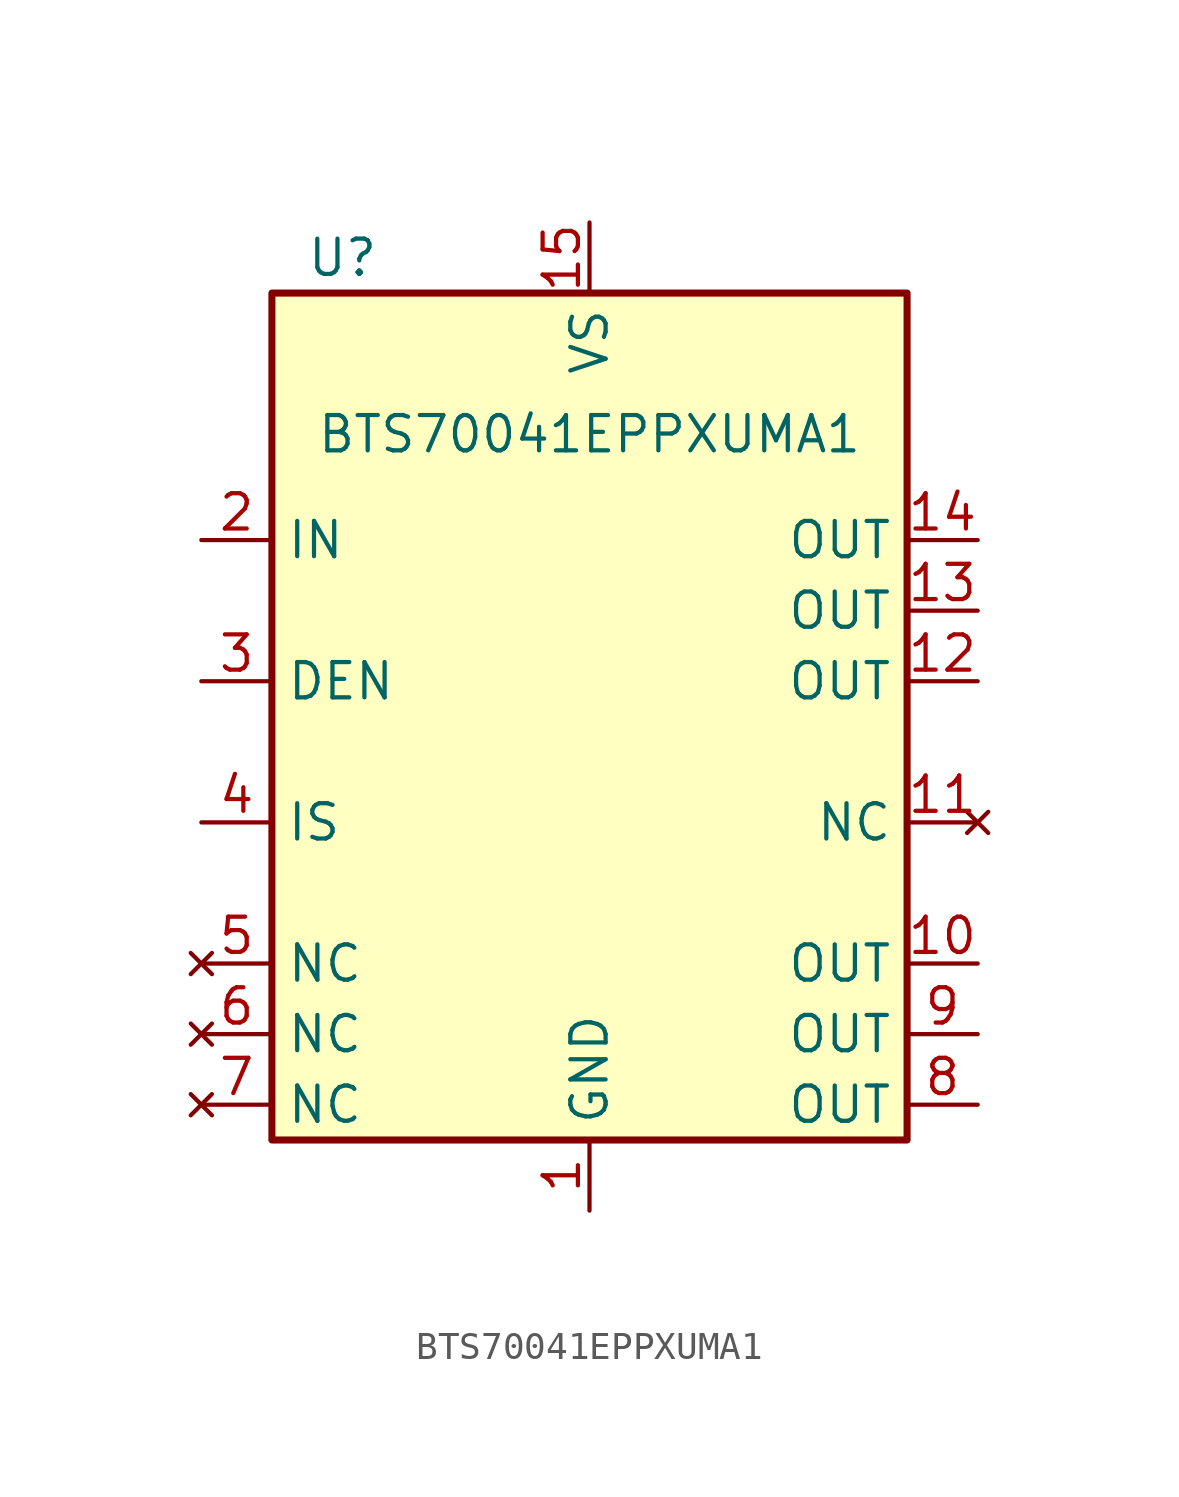
<source format=kicad_sym>
(kicad_symbol_lib
  (version 20220914)
  (generator kicad_symbol_editor)
  (symbol "BTS70041EPPXUMA1"
    (property "Reference" "U"
      (at -8.89 20.32 0)
      (effects (font (size 1.27 1.27))))
    (property "Value" "BTS70041EPPXUMA1"
      (at 0 13.97 0)
      (effects (font (size 1.27 1.27))))
    (symbol "BTS70041EPPXUMA1_0_1"
      (rectangle (start -11.43 19.05) (end 11.43 -11.43) (stroke (width 0.254) (type default)) (fill (type background))))
    (symbol "BTS70041EPPXUMA1_1_1"
      (pin power_in line (at 0 -13.97 90) (length 2.54) (name "GND" (effects (font (size 1.27 1.27)))) (number "1" (effects (font (size 1.27 1.27)))))
      (pin power_out line (at 13.97 -5.08 180) (length 2.54) (name "OUT" (effects (font (size 1.27 1.27)))) (number "10" (effects (font (size 1.27 1.27)))))
      (pin no_connect line (at 13.97 0 180) (length 2.54) (name "NC" (effects (font (size 1.27 1.27)))) (number "11" (effects (font (size 1.27 1.27)))))
      (pin power_out line (at 13.97 5.08 180) (length 2.54) (name "OUT" (effects (font (size 1.27 1.27)))) (number "12" (effects (font (size 1.27 1.27)))))
      (pin power_out line (at 13.97 7.62 180) (length 2.54) (name "OUT" (effects (font (size 1.27 1.27)))) (number "13" (effects (font (size 1.27 1.27)))))
      (pin power_out line (at 13.97 10.16 180) (length 2.54) (name "OUT" (effects (font (size 1.27 1.27)))) (number "14" (effects (font (size 1.27 1.27)))))
      (pin power_in line (at 0 21.59 270) (length 2.54) (name "VS" (effects (font (size 1.27 1.27)))) (number "15" (effects (font (size 1.27 1.27)))))
      (pin input line (at -13.97 10.16 0) (length 2.54) (name "IN" (effects (font (size 1.27 1.27)))) (number "2" (effects (font (size 1.27 1.27)))))
      (pin input line (at -13.97 5.08 0) (length 2.54) (name "DEN" (effects (font (size 1.27 1.27)))) (number "3" (effects (font (size 1.27 1.27)))))
      (pin output line (at -13.97 0 0) (length 2.54) (name "IS" (effects (font (size 1.27 1.27)))) (number "4" (effects (font (size 1.27 1.27)))))
      (pin no_connect line (at -13.97 -5.08 0) (length 2.54) (name "NC" (effects (font (size 1.27 1.27)))) (number "5" (effects (font (size 1.27 1.27)))))
      (pin no_connect line (at -13.97 -7.62 0) (length 2.54) (name "NC" (effects (font (size 1.27 1.27)))) (number "6" (effects (font (size 1.27 1.27)))))
      (pin no_connect line (at -13.97 -10.16 0) (length 2.54) (name "NC" (effects (font (size 1.27 1.27)))) (number "7" (effects (font (size 1.27 1.27)))))
      (pin power_out line (at 13.97 -10.16 180) (length 2.54) (name "OUT" (effects (font (size 1.27 1.27)))) (number "8" (effects (font (size 1.27 1.27)))))
      (pin power_out line (at 13.97 -7.62 180) (length 2.54) (name "OUT" (effects (font (size 1.27 1.27)))) (number "9" (effects (font (size 1.27 1.27))))))))
</source>
